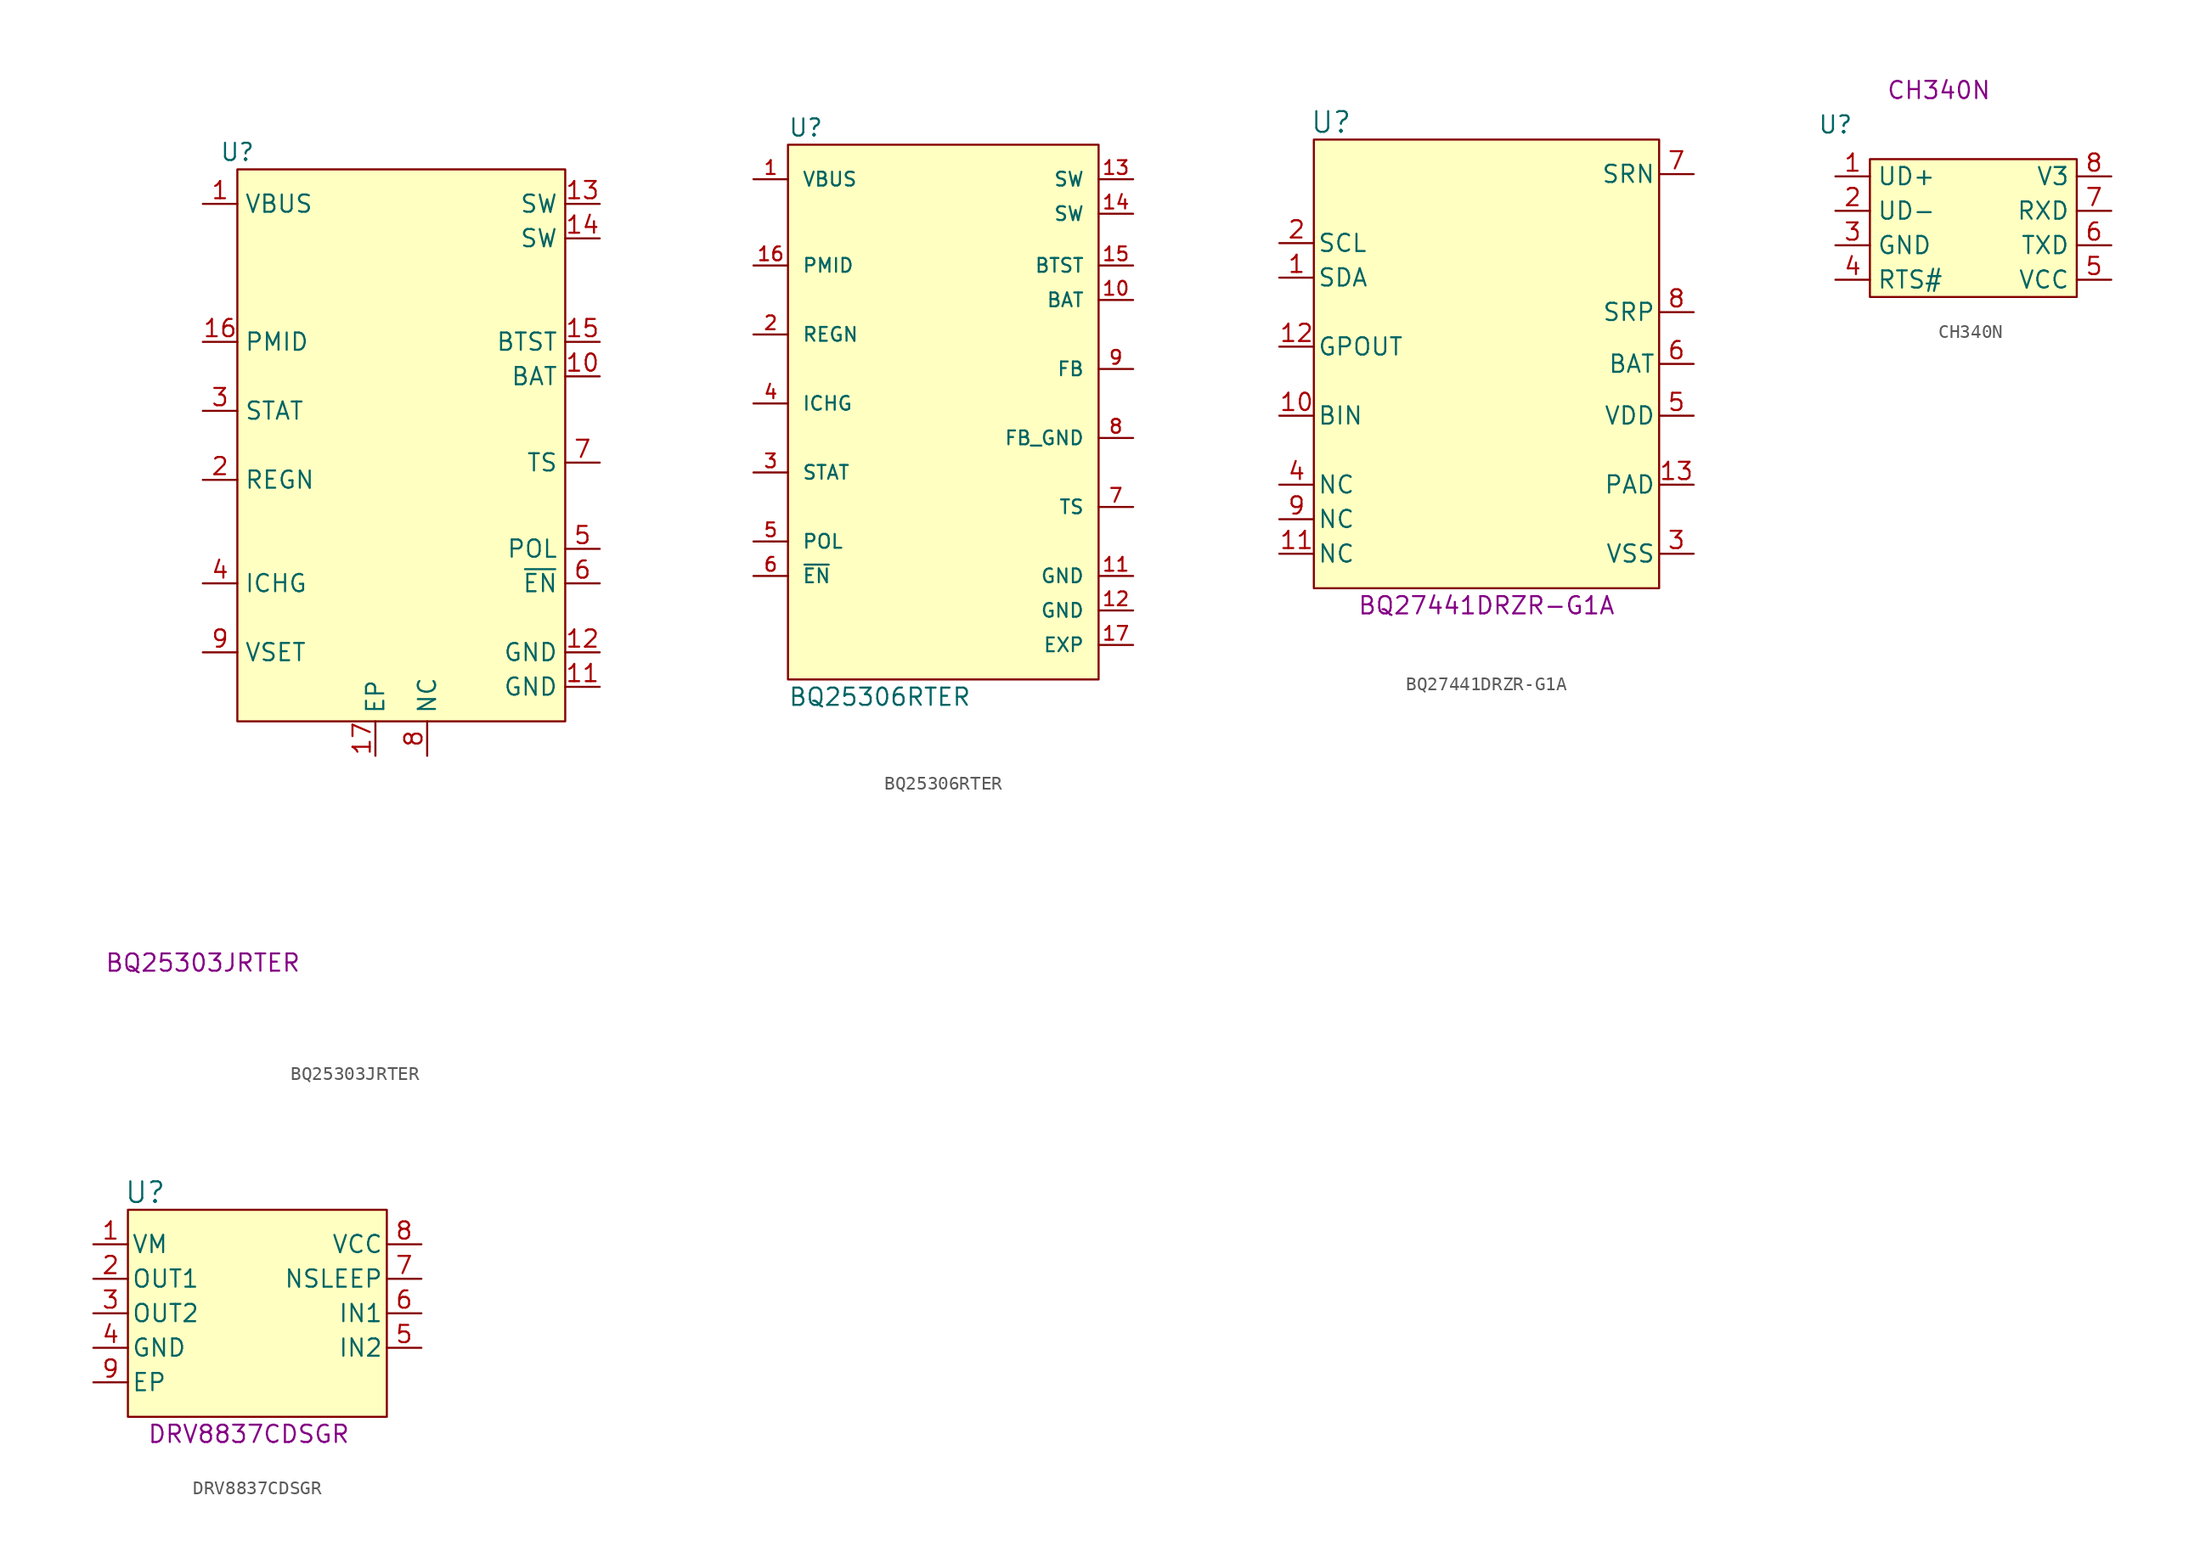
<source format=kicad_sym>
(kicad_symbol_lib
  (version 20241209)
  (generator "kicad_symbol_editor")
  (generator_version "9.0")
  (symbol "BQ25303JRTER"
    (property "Reference" "U"
      (at 2.54 3.81 0)
      (effects (font (size 1.27 1.27))))
    (property "PartNumber" "BQ25303JRTER"
      (at 0 -55.88 0)
      (effects (font (size 1.27 1.27))))
    (symbol "BQ25303JRTER_0_0"
      (pin passive line (at 0 0 0) (length 2.54) (name "VBUS" (effects (font (size 1.27 1.27)))) (number "1" (effects (font (size 1.27 1.27)))))
      (pin passive line (at 0 -10.16 0) (length 2.54) (name "PMID" (effects (font (size 1.27 1.27)))) (number "16" (effects (font (size 1.27 1.27)))))
      (pin passive line (at 0 -15.24 0) (length 2.54) (name "STAT" (effects (font (size 1.27 1.27)))) (number "3" (effects (font (size 1.27 1.27)))))
      (pin passive line (at 0 -20.32 0) (length 2.54) (name "REGN" (effects (font (size 1.27 1.27)))) (number "2" (effects (font (size 1.27 1.27)))))
      (pin passive line (at 0 -27.94 0) (length 2.54) (name "ICHG" (effects (font (size 1.27 1.27)))) (number "4" (effects (font (size 1.27 1.27)))))
      (pin passive line (at 0 -33.02 0) (length 2.54) (name "VSET" (effects (font (size 1.27 1.27)))) (number "9" (effects (font (size 1.27 1.27)))))
      (pin passive line (at 12.7 -40.64 90) (length 2.54) (name "EP" (effects (font (size 1.27 1.27)))) (number "17" (effects (font (size 1.27 1.27)))))
      (pin passive line (at 16.51 -40.64 90) (length 2.54) (name "NC" (effects (font (size 1.27 1.27)))) (number "8" (effects (font (size 1.27 1.27)))))
      (pin passive line (at 29.21 0 180) (length 2.54) (name "SW" (effects (font (size 1.27 1.27)))) (number "13" (effects (font (size 1.27 1.27)))))
      (pin passive line (at 29.21 -2.54 180) (length 2.54) (name "SW" (effects (font (size 1.27 1.27)))) (number "14" (effects (font (size 1.27 1.27)))))
      (pin passive line (at 29.21 -10.16 180) (length 2.54) (name "BTST" (effects (font (size 1.27 1.27)))) (number "15" (effects (font (size 1.27 1.27)))))
      (pin passive line (at 29.21 -12.7 180) (length 2.54) (name "BAT" (effects (font (size 1.27 1.27)))) (number "10" (effects (font (size 1.27 1.27)))))
      (pin passive line (at 29.21 -19.05 180) (length 2.54) (name "TS" (effects (font (size 1.27 1.27)))) (number "7" (effects (font (size 1.27 1.27)))))
      (pin passive line (at 29.21 -25.4 180) (length 2.54) (name "POL" (effects (font (size 1.27 1.27)))) (number "5" (effects (font (size 1.27 1.27)))))
      (pin passive line (at 29.21 -27.94 180) (length 2.54) (name "~{EN}" (effects (font (size 1.27 1.27)))) (number "6" (effects (font (size 1.27 1.27)))))
      (pin passive line (at 29.21 -33.02 180) (length 2.54) (name "GND" (effects (font (size 1.27 1.27)))) (number "12" (effects (font (size 1.27 1.27)))))
      (pin passive line (at 29.21 -35.56 180) (length 2.54) (name "GND" (effects (font (size 1.27 1.27)))) (number "11" (effects (font (size 1.27 1.27))))))
    (symbol "BQ25303JRTER_1_1"
      (rectangle (start 2.54 2.54) (end 26.67 -38.1) (stroke (width 0) (type default)) (fill (type background)))))
  (symbol "BQ25306RTER"
    (pin_names
      (offset 1.016))
    (property "Reference" "U"
      (at 0 3.048 0)
      (effects (font (size 1.27 1.27)) (justify left bottom)))
    (property "Value" "BQ25306RTER"
      (at 0 -38.862 0)
      (effects (font (size 1.27 1.27)) (justify left bottom)))
    (symbol "BQ25306RTER_0_0"
      (pin passive line (at -2.54 0 0) (length 2.54) (name "VBUS" (effects (font (size 1.016 1.016)))) (number "1" (effects (font (size 1.016 1.016)))))
      (pin passive line (at -2.54 -6.35 0) (length 2.54) (name "PMID" (effects (font (size 1.016 1.016)))) (number "16" (effects (font (size 1.016 1.016)))))
      (pin passive line (at -2.54 -11.43 0) (length 2.54) (name "REGN" (effects (font (size 1.016 1.016)))) (number "2" (effects (font (size 1.016 1.016)))))
      (pin passive line (at -2.54 -16.51 0) (length 2.54) (name "ICHG" (effects (font (size 1.016 1.016)))) (number "4" (effects (font (size 1.016 1.016)))))
      (pin passive line (at -2.54 -21.59 0) (length 2.54) (name "STAT" (effects (font (size 1.016 1.016)))) (number "3" (effects (font (size 1.016 1.016)))))
      (pin passive line (at -2.54 -26.67 0) (length 2.54) (name "POL" (effects (font (size 1.016 1.016)))) (number "5" (effects (font (size 1.016 1.016)))))
      (pin passive line (at -2.54 -29.21 0) (length 2.54) (name "~{EN}" (effects (font (size 1.016 1.016)))) (number "6" (effects (font (size 1.016 1.016)))))
      (pin passive line (at 25.4 0 180) (length 2.54) (name "SW" (effects (font (size 1.016 1.016)))) (number "13" (effects (font (size 1.016 1.016)))))
      (pin passive line (at 25.4 -6.35 180) (length 2.54) (name "BTST" (effects (font (size 1.016 1.016)))) (number "15" (effects (font (size 1.016 1.016)))))
      (pin passive line (at 25.4 -8.89 180) (length 2.54) (name "BAT" (effects (font (size 1.016 1.016)))) (number "10" (effects (font (size 1.016 1.016)))))
      (pin passive line (at 25.4 -13.97 180) (length 2.54) (name "FB" (effects (font (size 1.016 1.016)))) (number "9" (effects (font (size 1.016 1.016)))))
      (pin passive line (at 25.4 -19.05 180) (length 2.54) (name "FB_GND" (effects (font (size 1.016 1.016)))) (number "8" (effects (font (size 1.016 1.016)))))
      (pin passive line (at 25.4 -24.13 180) (length 2.54) (name "TS" (effects (font (size 1.016 1.016)))) (number "7" (effects (font (size 1.016 1.016)))))
      (pin passive line (at 25.4 -29.21 180) (length 2.54) (name "GND" (effects (font (size 1.016 1.016)))) (number "11" (effects (font (size 1.016 1.016)))))
      (pin passive line (at 25.4 -34.29 180) (length 2.54) (name "EXP" (effects (font (size 1.016 1.016)))) (number "17" (effects (font (size 1.016 1.016))))))
    (symbol "BQ25306RTER_1_0"
      (pin passive line (at 25.4 -2.54 180) (length 2.54) (name "SW" (effects (font (size 1.016 1.016)))) (number "14" (effects (font (size 1.016 1.016)))))
      (pin passive line (at 25.4 -31.75 180) (length 2.54) (name "GND" (effects (font (size 1.016 1.016)))) (number "12" (effects (font (size 1.016 1.016))))))
    (symbol "BQ25306RTER_1_1"
      (rectangle (start 0 2.54) (end 22.86 -36.83) (stroke (width 0) (type solid)) (fill (type background)))))
  (symbol "BQ27441DRZR-G1A"
    (pin_names
      (offset 0.254))
    (property "Reference" "U"
      (at 3.81 11.43 0)
      (effects (font (size 1.524 1.524))))
    (property "PartNumber" "BQ27441DRZR-G1A"
      (at 15.24 -24.13 0)
      (effects (font (size 1.27 1.27))))
    (symbol "BQ27441DRZR-G1A_1_1"
      (rectangle (start 2.54 10.16) (end 27.94 -22.86) (stroke (width 0) (type default)) (fill (type background)))
      (pin passive line (at 0 2.54 0) (length 2.54) (name "SCL" (effects (font (size 1.27 1.27)))) (number "2" (effects (font (size 1.27 1.27)))))
      (pin passive line (at 0 0 0) (length 2.54) (name "SDA" (effects (font (size 1.27 1.27)))) (number "1" (effects (font (size 1.27 1.27)))))
      (pin passive line (at 0 -5.08 0) (length 2.54) (name "GPOUT" (effects (font (size 1.27 1.27)))) (number "12" (effects (font (size 1.27 1.27)))))
      (pin passive line (at 0 -10.16 0) (length 2.54) (name "BIN" (effects (font (size 1.27 1.27)))) (number "10" (effects (font (size 1.27 1.27)))))
      (pin passive line (at 0 -15.24 0) (length 2.54) (name "NC" (effects (font (size 1.27 1.27)))) (number "4" (effects (font (size 1.27 1.27)))))
      (pin passive line (at 0 -17.78 0) (length 2.54) (name "NC" (effects (font (size 1.27 1.27)))) (number "9" (effects (font (size 1.27 1.27)))))
      (pin passive line (at 0 -20.32 0) (length 2.54) (name "NC" (effects (font (size 1.27 1.27)))) (number "11" (effects (font (size 1.27 1.27)))))
      (pin passive line (at 30.48 7.62 180) (length 2.54) (name "SRN" (effects (font (size 1.27 1.27)))) (number "7" (effects (font (size 1.27 1.27)))))
      (pin passive line (at 30.48 -2.54 180) (length 2.54) (name "SRP" (effects (font (size 1.27 1.27)))) (number "8" (effects (font (size 1.27 1.27)))))
      (pin passive line (at 30.48 -6.35 180) (length 2.54) (name "BAT" (effects (font (size 1.27 1.27)))) (number "6" (effects (font (size 1.27 1.27)))))
      (pin passive line (at 30.48 -10.16 180) (length 2.54) (name "VDD" (effects (font (size 1.27 1.27)))) (number "5" (effects (font (size 1.27 1.27)))))
      (pin passive line (at 30.48 -15.24 180) (length 2.54) (name "PAD" (effects (font (size 1.27 1.27)))) (number "13" (effects (font (size 1.27 1.27)))))
      (pin passive line (at 30.48 -20.32 180) (length 2.54) (name "VSS" (effects (font (size 1.27 1.27)))) (number "3" (effects (font (size 1.27 1.27)))))))
  (symbol "CH340N"
    (property "Reference" "U"
      (at 0 3.81 0)
      (effects (font (size 1.27 1.27))))
    (property "PartNumber" "CH340N"
      (at 7.62 6.35 0)
      (effects (font (size 1.27 1.27))))
    (symbol "CH340N_0_0"
      (pin passive line (at 0 0 0) (length 2.54) (name "UD+" (effects (font (size 1.27 1.27)))) (number "1" (effects (font (size 1.27 1.27)))))
      (pin passive line (at 0 -2.54 0) (length 2.54) (name "UD-" (effects (font (size 1.27 1.27)))) (number "2" (effects (font (size 1.27 1.27)))))
      (pin passive line (at 0 -5.08 0) (length 2.54) (name "GND" (effects (font (size 1.27 1.27)))) (number "3" (effects (font (size 1.27 1.27)))))
      (pin passive line (at 0 -7.62 0) (length 2.54) (name "RTS#" (effects (font (size 1.27 1.27)))) (number "4" (effects (font (size 1.27 1.27)))))
      (pin passive line (at 20.32 0 180) (length 2.54) (name "V3" (effects (font (size 1.27 1.27)))) (number "8" (effects (font (size 1.27 1.27)))))
      (pin passive line (at 20.32 -2.54 180) (length 2.54) (name "RXD" (effects (font (size 1.27 1.27)))) (number "7" (effects (font (size 1.27 1.27)))))
      (pin passive line (at 20.32 -5.08 180) (length 2.54) (name "TXD" (effects (font (size 1.27 1.27)))) (number "6" (effects (font (size 1.27 1.27)))))
      (pin passive line (at 20.32 -7.62 180) (length 2.54) (name "VCC" (effects (font (size 1.27 1.27)))) (number "5" (effects (font (size 1.27 1.27))))))
    (symbol "CH340N_1_1"
      (rectangle (start 2.54 1.27) (end 17.78 -8.89) (stroke (width 0) (type default)) (fill (type background)))))
  (symbol "DRV8837CDSGR"
    (pin_names
      (offset 0.254))
    (property "Reference" "U"
      (at 3.81 3.81 0)
      (effects (font (size 1.524 1.524))))
    (property "PartNumber" "DRV8837CDSGR"
      (at 11.43 -13.97 0)
      (effects (font (size 1.27 1.27))))
    (symbol "DRV8837CDSGR_1_1"
      (rectangle (start 2.54 2.54) (end 21.59 -12.7) (stroke (width 0) (type default)) (fill (type background)))
      (pin passive line (at 0 0 0) (length 2.54) (name "VM" (effects (font (size 1.27 1.27)))) (number "1" (effects (font (size 1.27 1.27)))))
      (pin passive line (at 0 -2.54 0) (length 2.54) (name "OUT1" (effects (font (size 1.27 1.27)))) (number "2" (effects (font (size 1.27 1.27)))))
      (pin passive line (at 0 -5.08 0) (length 2.54) (name "OUT2" (effects (font (size 1.27 1.27)))) (number "3" (effects (font (size 1.27 1.27)))))
      (pin passive line (at 0 -7.62 0) (length 2.54) (name "GND" (effects (font (size 1.27 1.27)))) (number "4" (effects (font (size 1.27 1.27)))))
      (pin input line (at 0 -10.16 0) (length 2.54) (name "EP" (effects (font (size 1.27 1.27)))) (number "9" (effects (font (size 1.27 1.27)))))
      (pin passive line (at 24.13 0 180) (length 2.54) (name "VCC" (effects (font (size 1.27 1.27)))) (number "8" (effects (font (size 1.27 1.27)))))
      (pin passive line (at 24.13 -2.54 180) (length 2.54) (name "NSLEEP" (effects (font (size 1.27 1.27)))) (number "7" (effects (font (size 1.27 1.27)))))
      (pin passive line (at 24.13 -5.08 180) (length 2.54) (name "IN1" (effects (font (size 1.27 1.27)))) (number "6" (effects (font (size 1.27 1.27)))))
      (pin passive line (at 24.13 -7.62 180) (length 2.54) (name "IN2" (effects (font (size 1.27 1.27)))) (number "5" (effects (font (size 1.27 1.27))))))))
</source>
